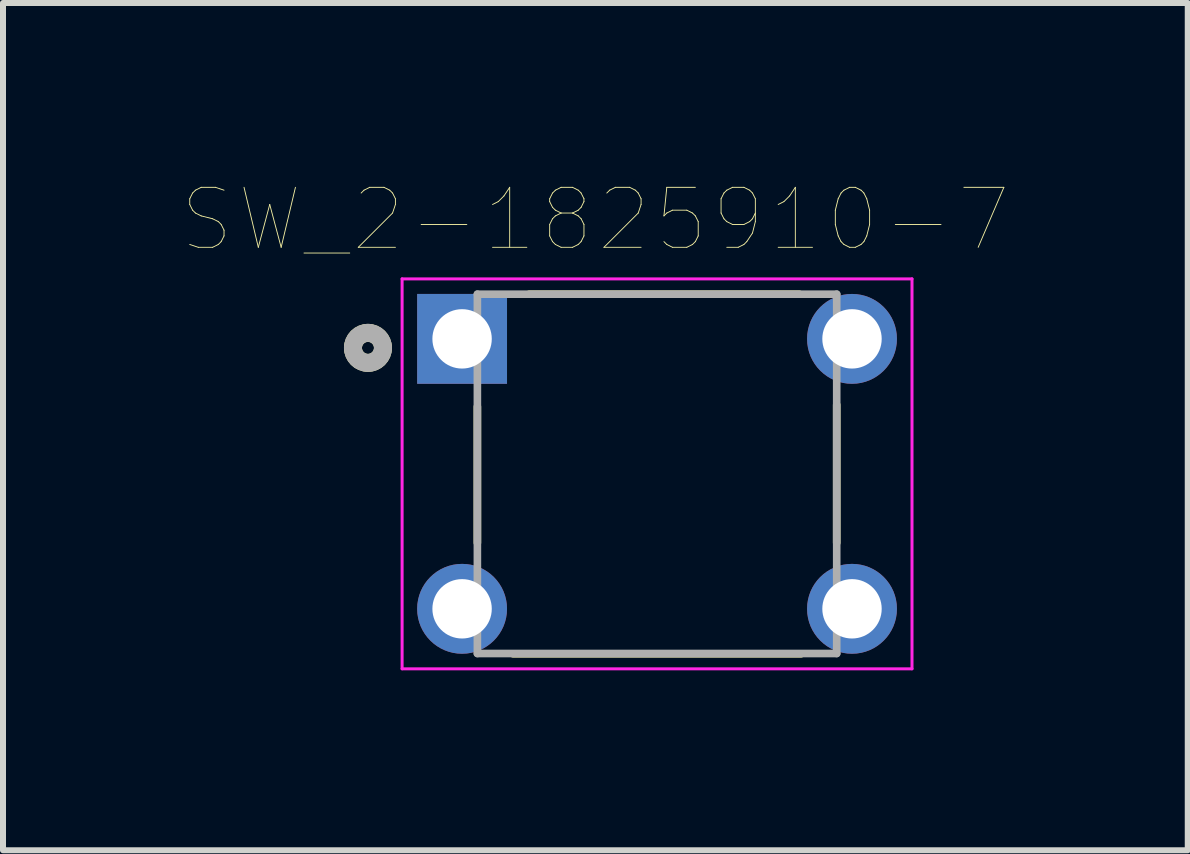
<source format=kicad_pcb>
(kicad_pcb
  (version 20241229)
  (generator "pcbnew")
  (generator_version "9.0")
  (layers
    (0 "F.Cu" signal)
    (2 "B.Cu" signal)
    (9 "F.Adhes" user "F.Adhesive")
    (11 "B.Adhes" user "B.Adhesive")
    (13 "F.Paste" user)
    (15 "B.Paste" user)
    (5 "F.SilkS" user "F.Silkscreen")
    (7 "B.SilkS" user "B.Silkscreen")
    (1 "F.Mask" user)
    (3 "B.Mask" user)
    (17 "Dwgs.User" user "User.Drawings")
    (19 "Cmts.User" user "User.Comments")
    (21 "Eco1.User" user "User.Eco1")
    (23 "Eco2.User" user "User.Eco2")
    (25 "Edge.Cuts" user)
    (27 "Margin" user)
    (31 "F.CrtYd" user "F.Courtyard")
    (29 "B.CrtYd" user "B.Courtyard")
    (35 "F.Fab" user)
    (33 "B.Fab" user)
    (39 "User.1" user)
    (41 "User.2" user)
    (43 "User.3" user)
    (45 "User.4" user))
  (footprint "SW_2-1825910-7"
    (layer "F.Cu")
    (at 7.903 4.849)
    (property "Reference" "SW_2-1825910-7" (at -1.028 -4.238 0) (layer "F.SilkS") (effects (font (size 1 1) (thickness 0.015))))
    (attr through_hole)
    (fp_line (start -2.995 -1.12) (end -2.995 1.15) (stroke (width 0.127) (type solid)) (layer "F.SilkS"))
    (fp_line (start -2.4 3) (end 2.4 3) (stroke (width 0.127) (type solid)) (layer "F.SilkS"))
    (fp_line (start -2.13 -2.995) (end 2.37 -2.995) (stroke (width 0.127) (type solid)) (layer "F.SilkS"))
    (fp_line (start 2.995 -1.15) (end 2.995 1.15) (stroke (width 0.127) (type solid)) (layer "F.SilkS"))
    (fp_circle (center -4.819 -2.1) (end -4.719 -2.1) (stroke (width 0.3) (type solid)) (fill no) (layer "F.SilkS"))
    (fp_line (start -4.25 -3.25) (end 4.25 -3.25) (stroke (width 0.05) (type solid)) (layer "F.CrtYd"))
    (fp_line (start -4.25 3.25) (end -4.25 -3.25) (stroke (width 0.05) (type solid)) (layer "F.CrtYd"))
    (fp_line (start 4.25 -3.25) (end 4.25 3.25) (stroke (width 0.05) (type solid)) (layer "F.CrtYd"))
    (fp_line (start 4.25 3.25) (end -4.25 3.25) (stroke (width 0.05) (type solid)) (layer "F.CrtYd"))
    (fp_line (start -2.995 -2.995) (end 2.995 -2.995) (stroke (width 0.127) (type solid)) (layer "F.Fab"))
    (fp_line (start -2.995 2.995) (end -2.995 -2.995) (stroke (width 0.127) (type solid)) (layer "F.Fab"))
    (fp_line (start 2.995 -2.995) (end 2.995 2.995) (stroke (width 0.127) (type solid)) (layer "F.Fab"))
    (fp_line (start 2.995 2.995) (end -2.995 2.995) (stroke (width 0.127) (type solid)) (layer "F.Fab"))
    (fp_circle (center -4.819 -2.1) (end -4.719 -2.1) (stroke (width 0.3) (type solid)) (fill no) (layer "F.Fab"))
    (pad "1" thru_hole rect (at -3.25 -2.25) (size 1.498 1.498) (drill 0.99) (layers "*.Cu" "*.Mask"))
    (pad "2" thru_hole circle (at 3.25 -2.25) (size 1.498 1.498) (drill 0.99) (layers "*.Cu" "*.Mask"))
    (pad "3" thru_hole circle (at -3.25 2.25) (size 1.498 1.498) (drill 0.99) (layers "*.Cu" "*.Mask"))
    (pad "4" thru_hole circle (at 3.25 2.25) (size 1.498 1.498) (drill 0.99) (layers "*.Cu" "*.Mask")))
  (gr_rect
    (start -3 -3)
    (end 16.75 11.124)
    (stroke (width 0.1) (type default))
    (fill no)
    (layer "Edge.Cuts")))
</source>
